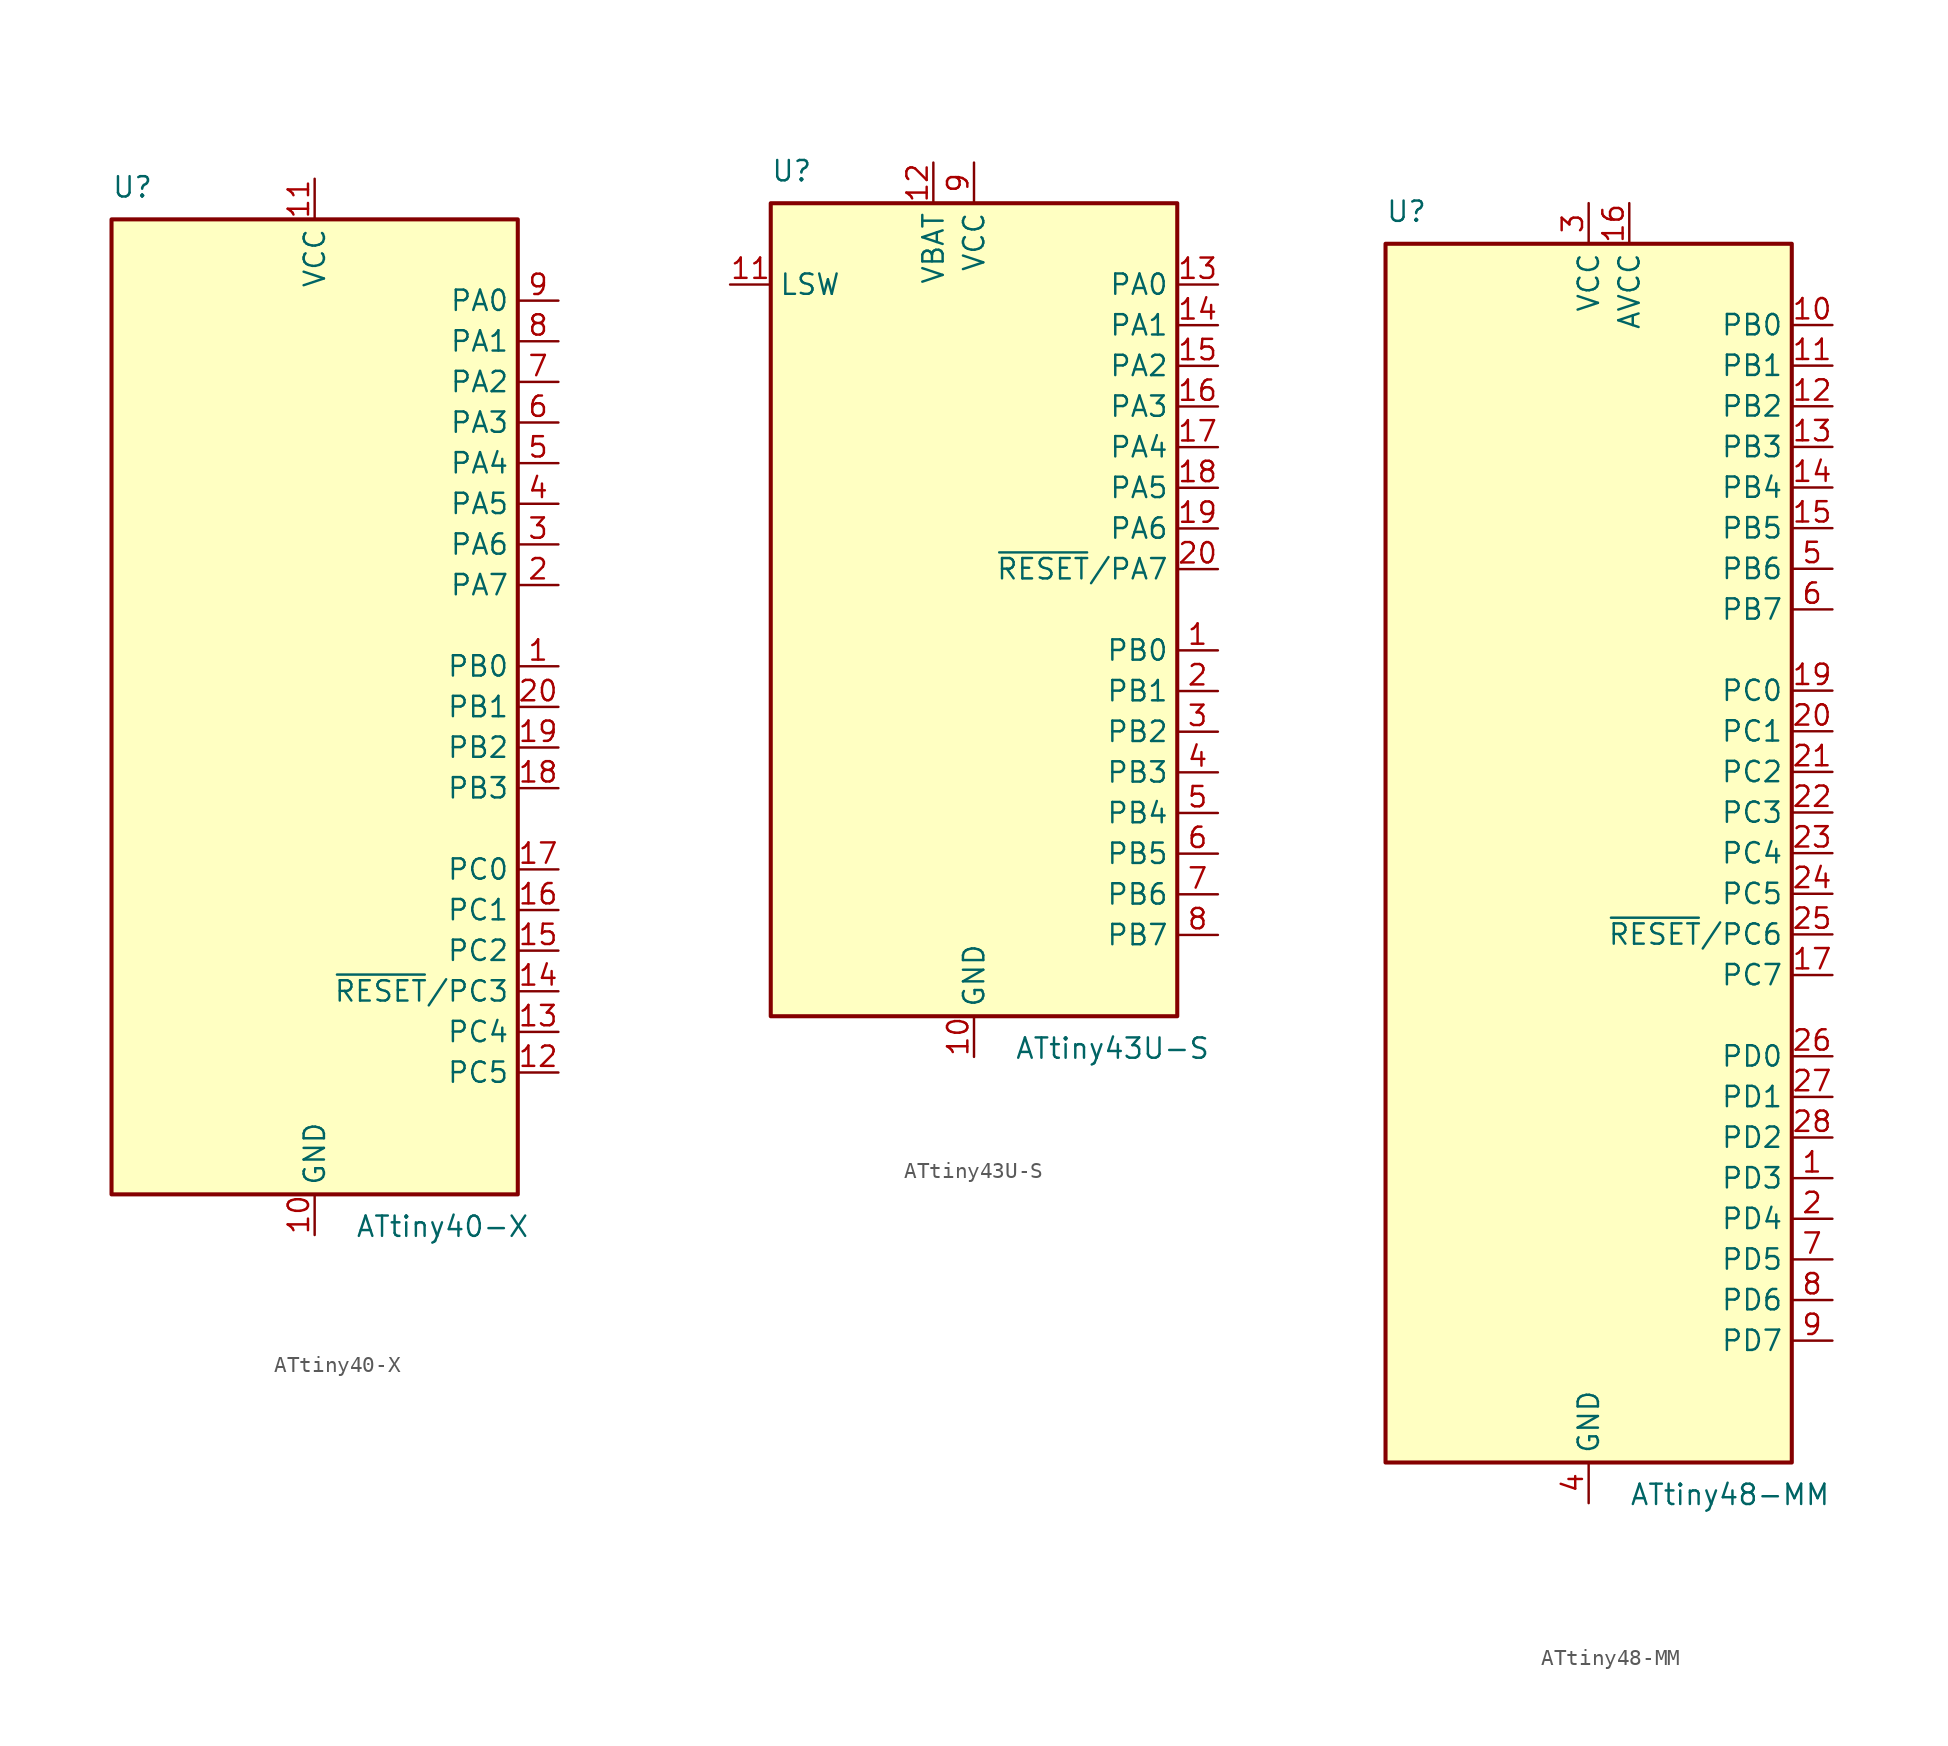
<source format=kicad_sym>
(kicad_symbol_lib
  (version 20231120)
  (generator "kicad_symbol_editor")
  (generator_version "8.0")
  (symbol "ATtiny40-X"
    (property "Reference" "U"
      (at -12.7 31.75 0)
      (effects (font (size 1.27 1.27)) (justify left bottom)))
    (property "Value" "ATtiny40-X"
      (at 2.54 -31.75 0)
      (effects (font (size 1.27 1.27)) (justify left top)))
    (symbol "ATtiny40-X_0_1"
      (rectangle (start -12.7 -30.48) (end 12.7 30.48) (stroke (width 0.254) (type default)) (fill (type background))))
    (symbol "ATtiny40-X_1_1"
      (pin bidirectional line (at 15.24 2.54 180) (length 2.54) (name "PB0" (effects (font (size 1.27 1.27)))) (number "1" (effects (font (size 1.27 1.27)))))
      (pin power_in line (at 0 -33.02 90) (length 2.54) (name "GND" (effects (font (size 1.27 1.27)))) (number "10" (effects (font (size 1.27 1.27)))))
      (pin power_in line (at 0 33.02 270) (length 2.54) (name "VCC" (effects (font (size 1.27 1.27)))) (number "11" (effects (font (size 1.27 1.27)))))
      (pin bidirectional line (at 15.24 -22.86 180) (length 2.54) (name "PC5" (effects (font (size 1.27 1.27)))) (number "12" (effects (font (size 1.27 1.27)))))
      (pin bidirectional line (at 15.24 -20.32 180) (length 2.54) (name "PC4" (effects (font (size 1.27 1.27)))) (number "13" (effects (font (size 1.27 1.27)))))
      (pin bidirectional line (at 15.24 -17.78 180) (length 2.54) (name "~{RESET}/PC3" (effects (font (size 1.27 1.27)))) (number "14" (effects (font (size 1.27 1.27)))))
      (pin bidirectional line (at 15.24 -15.24 180) (length 2.54) (name "PC2" (effects (font (size 1.27 1.27)))) (number "15" (effects (font (size 1.27 1.27)))))
      (pin bidirectional line (at 15.24 -12.7 180) (length 2.54) (name "PC1" (effects (font (size 1.27 1.27)))) (number "16" (effects (font (size 1.27 1.27)))))
      (pin bidirectional line (at 15.24 -10.16 180) (length 2.54) (name "PC0" (effects (font (size 1.27 1.27)))) (number "17" (effects (font (size 1.27 1.27)))))
      (pin bidirectional line (at 15.24 -5.08 180) (length 2.54) (name "PB3" (effects (font (size 1.27 1.27)))) (number "18" (effects (font (size 1.27 1.27)))))
      (pin bidirectional line (at 15.24 -2.54 180) (length 2.54) (name "PB2" (effects (font (size 1.27 1.27)))) (number "19" (effects (font (size 1.27 1.27)))))
      (pin bidirectional line (at 15.24 7.62 180) (length 2.54) (name "PA7" (effects (font (size 1.27 1.27)))) (number "2" (effects (font (size 1.27 1.27)))))
      (pin bidirectional line (at 15.24 0 180) (length 2.54) (name "PB1" (effects (font (size 1.27 1.27)))) (number "20" (effects (font (size 1.27 1.27)))))
      (pin bidirectional line (at 15.24 10.16 180) (length 2.54) (name "PA6" (effects (font (size 1.27 1.27)))) (number "3" (effects (font (size 1.27 1.27)))))
      (pin bidirectional line (at 15.24 12.7 180) (length 2.54) (name "PA5" (effects (font (size 1.27 1.27)))) (number "4" (effects (font (size 1.27 1.27)))))
      (pin bidirectional line (at 15.24 15.24 180) (length 2.54) (name "PA4" (effects (font (size 1.27 1.27)))) (number "5" (effects (font (size 1.27 1.27)))))
      (pin bidirectional line (at 15.24 17.78 180) (length 2.54) (name "PA3" (effects (font (size 1.27 1.27)))) (number "6" (effects (font (size 1.27 1.27)))))
      (pin bidirectional line (at 15.24 20.32 180) (length 2.54) (name "PA2" (effects (font (size 1.27 1.27)))) (number "7" (effects (font (size 1.27 1.27)))))
      (pin bidirectional line (at 15.24 22.86 180) (length 2.54) (name "PA1" (effects (font (size 1.27 1.27)))) (number "8" (effects (font (size 1.27 1.27)))))
      (pin bidirectional line (at 15.24 25.4 180) (length 2.54) (name "PA0" (effects (font (size 1.27 1.27)))) (number "9" (effects (font (size 1.27 1.27)))))))
  (symbol "ATtiny43U-S"
    (property "Reference" "U"
      (at -12.7 26.67 0)
      (effects (font (size 1.27 1.27)) (justify left bottom)))
    (property "Value" "ATtiny43U-S"
      (at 2.54 -26.67 0)
      (effects (font (size 1.27 1.27)) (justify left top)))
    (symbol "ATtiny43U-S_0_1"
      (rectangle (start -12.7 -25.4) (end 12.7 25.4) (stroke (width 0.254) (type default)) (fill (type background))))
    (symbol "ATtiny43U-S_1_1"
      (pin bidirectional line (at 15.24 -2.54 180) (length 2.54) (name "PB0" (effects (font (size 1.27 1.27)))) (number "1" (effects (font (size 1.27 1.27)))))
      (pin power_in line (at 0 -27.94 90) (length 2.54) (name "GND" (effects (font (size 1.27 1.27)))) (number "10" (effects (font (size 1.27 1.27)))))
      (pin passive line (at -15.24 20.32 0) (length 2.54) (name "LSW" (effects (font (size 1.27 1.27)))) (number "11" (effects (font (size 1.27 1.27)))))
      (pin power_in line (at -2.54 27.94 270) (length 2.54) (name "VBAT" (effects (font (size 1.27 1.27)))) (number "12" (effects (font (size 1.27 1.27)))))
      (pin bidirectional line (at 15.24 20.32 180) (length 2.54) (name "PA0" (effects (font (size 1.27 1.27)))) (number "13" (effects (font (size 1.27 1.27)))))
      (pin bidirectional line (at 15.24 17.78 180) (length 2.54) (name "PA1" (effects (font (size 1.27 1.27)))) (number "14" (effects (font (size 1.27 1.27)))))
      (pin bidirectional line (at 15.24 15.24 180) (length 2.54) (name "PA2" (effects (font (size 1.27 1.27)))) (number "15" (effects (font (size 1.27 1.27)))))
      (pin bidirectional line (at 15.24 12.7 180) (length 2.54) (name "PA3" (effects (font (size 1.27 1.27)))) (number "16" (effects (font (size 1.27 1.27)))))
      (pin bidirectional line (at 15.24 10.16 180) (length 2.54) (name "PA4" (effects (font (size 1.27 1.27)))) (number "17" (effects (font (size 1.27 1.27)))))
      (pin bidirectional line (at 15.24 7.62 180) (length 2.54) (name "PA5" (effects (font (size 1.27 1.27)))) (number "18" (effects (font (size 1.27 1.27)))))
      (pin bidirectional line (at 15.24 5.08 180) (length 2.54) (name "PA6" (effects (font (size 1.27 1.27)))) (number "19" (effects (font (size 1.27 1.27)))))
      (pin bidirectional line (at 15.24 -5.08 180) (length 2.54) (name "PB1" (effects (font (size 1.27 1.27)))) (number "2" (effects (font (size 1.27 1.27)))))
      (pin bidirectional line (at 15.24 2.54 180) (length 2.54) (name "~{RESET}/PA7" (effects (font (size 1.27 1.27)))) (number "20" (effects (font (size 1.27 1.27)))))
      (pin bidirectional line (at 15.24 -7.62 180) (length 2.54) (name "PB2" (effects (font (size 1.27 1.27)))) (number "3" (effects (font (size 1.27 1.27)))))
      (pin bidirectional line (at 15.24 -10.16 180) (length 2.54) (name "PB3" (effects (font (size 1.27 1.27)))) (number "4" (effects (font (size 1.27 1.27)))))
      (pin bidirectional line (at 15.24 -12.7 180) (length 2.54) (name "PB4" (effects (font (size 1.27 1.27)))) (number "5" (effects (font (size 1.27 1.27)))))
      (pin bidirectional line (at 15.24 -15.24 180) (length 2.54) (name "PB5" (effects (font (size 1.27 1.27)))) (number "6" (effects (font (size 1.27 1.27)))))
      (pin bidirectional line (at 15.24 -17.78 180) (length 2.54) (name "PB6" (effects (font (size 1.27 1.27)))) (number "7" (effects (font (size 1.27 1.27)))))
      (pin bidirectional line (at 15.24 -20.32 180) (length 2.54) (name "PB7" (effects (font (size 1.27 1.27)))) (number "8" (effects (font (size 1.27 1.27)))))
      (pin power_in line (at 0 27.94 270) (length 2.54) (name "VCC" (effects (font (size 1.27 1.27)))) (number "9" (effects (font (size 1.27 1.27)))))))
  (symbol "ATtiny48-MM"
    (property "Reference" "U"
      (at -12.7 39.37 0)
      (effects (font (size 1.27 1.27)) (justify left bottom)))
    (property "Value" "ATtiny48-MM"
      (at 2.54 -39.37 0)
      (effects (font (size 1.27 1.27)) (justify left top)))
    (symbol "ATtiny48-MM_0_1"
      (rectangle (start -12.7 -38.1) (end 12.7 38.1) (stroke (width 0.254) (type default)) (fill (type background))))
    (symbol "ATtiny48-MM_1_1"
      (pin bidirectional line (at 15.24 -20.32 180) (length 2.54) (name "PD3" (effects (font (size 1.27 1.27)))) (number "1" (effects (font (size 1.27 1.27)))))
      (pin bidirectional line (at 15.24 33.02 180) (length 2.54) (name "PB0" (effects (font (size 1.27 1.27)))) (number "10" (effects (font (size 1.27 1.27)))))
      (pin bidirectional line (at 15.24 30.48 180) (length 2.54) (name "PB1" (effects (font (size 1.27 1.27)))) (number "11" (effects (font (size 1.27 1.27)))))
      (pin bidirectional line (at 15.24 27.94 180) (length 2.54) (name "PB2" (effects (font (size 1.27 1.27)))) (number "12" (effects (font (size 1.27 1.27)))))
      (pin bidirectional line (at 15.24 25.4 180) (length 2.54) (name "PB3" (effects (font (size 1.27 1.27)))) (number "13" (effects (font (size 1.27 1.27)))))
      (pin bidirectional line (at 15.24 22.86 180) (length 2.54) (name "PB4" (effects (font (size 1.27 1.27)))) (number "14" (effects (font (size 1.27 1.27)))))
      (pin bidirectional line (at 15.24 20.32 180) (length 2.54) (name "PB5" (effects (font (size 1.27 1.27)))) (number "15" (effects (font (size 1.27 1.27)))))
      (pin power_in line (at 2.54 40.64 270) (length 2.54) (name "AVCC" (effects (font (size 1.27 1.27)))) (number "16" (effects (font (size 1.27 1.27)))))
      (pin bidirectional line (at 15.24 -7.62 180) (length 2.54) (name "PC7" (effects (font (size 1.27 1.27)))) (number "17" (effects (font (size 1.27 1.27)))))
      (pin passive line (at 0 -40.64 90) (length 2.54) hide (name "GND" (effects (font (size 1.27 1.27)))) (number "18" (effects (font (size 1.27 1.27)))))
      (pin bidirectional line (at 15.24 10.16 180) (length 2.54) (name "PC0" (effects (font (size 1.27 1.27)))) (number "19" (effects (font (size 1.27 1.27)))))
      (pin bidirectional line (at 15.24 -22.86 180) (length 2.54) (name "PD4" (effects (font (size 1.27 1.27)))) (number "2" (effects (font (size 1.27 1.27)))))
      (pin bidirectional line (at 15.24 7.62 180) (length 2.54) (name "PC1" (effects (font (size 1.27 1.27)))) (number "20" (effects (font (size 1.27 1.27)))))
      (pin bidirectional line (at 15.24 5.08 180) (length 2.54) (name "PC2" (effects (font (size 1.27 1.27)))) (number "21" (effects (font (size 1.27 1.27)))))
      (pin bidirectional line (at 15.24 2.54 180) (length 2.54) (name "PC3" (effects (font (size 1.27 1.27)))) (number "22" (effects (font (size 1.27 1.27)))))
      (pin bidirectional line (at 15.24 0 180) (length 2.54) (name "PC4" (effects (font (size 1.27 1.27)))) (number "23" (effects (font (size 1.27 1.27)))))
      (pin bidirectional line (at 15.24 -2.54 180) (length 2.54) (name "PC5" (effects (font (size 1.27 1.27)))) (number "24" (effects (font (size 1.27 1.27)))))
      (pin bidirectional line (at 15.24 -5.08 180) (length 2.54) (name "~{RESET}/PC6" (effects (font (size 1.27 1.27)))) (number "25" (effects (font (size 1.27 1.27)))))
      (pin bidirectional line (at 15.24 -12.7 180) (length 2.54) (name "PD0" (effects (font (size 1.27 1.27)))) (number "26" (effects (font (size 1.27 1.27)))))
      (pin bidirectional line (at 15.24 -15.24 180) (length 2.54) (name "PD1" (effects (font (size 1.27 1.27)))) (number "27" (effects (font (size 1.27 1.27)))))
      (pin bidirectional line (at 15.24 -17.78 180) (length 2.54) (name "PD2" (effects (font (size 1.27 1.27)))) (number "28" (effects (font (size 1.27 1.27)))))
      (pin passive line (at 0 -40.64 90) (length 2.54) hide (name "GND" (effects (font (size 1.27 1.27)))) (number "29" (effects (font (size 1.27 1.27)))))
      (pin power_in line (at 0 40.64 270) (length 2.54) (name "VCC" (effects (font (size 1.27 1.27)))) (number "3" (effects (font (size 1.27 1.27)))))
      (pin power_in line (at 0 -40.64 90) (length 2.54) (name "GND" (effects (font (size 1.27 1.27)))) (number "4" (effects (font (size 1.27 1.27)))))
      (pin bidirectional line (at 15.24 17.78 180) (length 2.54) (name "PB6" (effects (font (size 1.27 1.27)))) (number "5" (effects (font (size 1.27 1.27)))))
      (pin bidirectional line (at 15.24 15.24 180) (length 2.54) (name "PB7" (effects (font (size 1.27 1.27)))) (number "6" (effects (font (size 1.27 1.27)))))
      (pin bidirectional line (at 15.24 -25.4 180) (length 2.54) (name "PD5" (effects (font (size 1.27 1.27)))) (number "7" (effects (font (size 1.27 1.27)))))
      (pin bidirectional line (at 15.24 -27.94 180) (length 2.54) (name "PD6" (effects (font (size 1.27 1.27)))) (number "8" (effects (font (size 1.27 1.27)))))
      (pin bidirectional line (at 15.24 -30.48 180) (length 2.54) (name "PD7" (effects (font (size 1.27 1.27)))) (number "9" (effects (font (size 1.27 1.27))))))))
</source>
